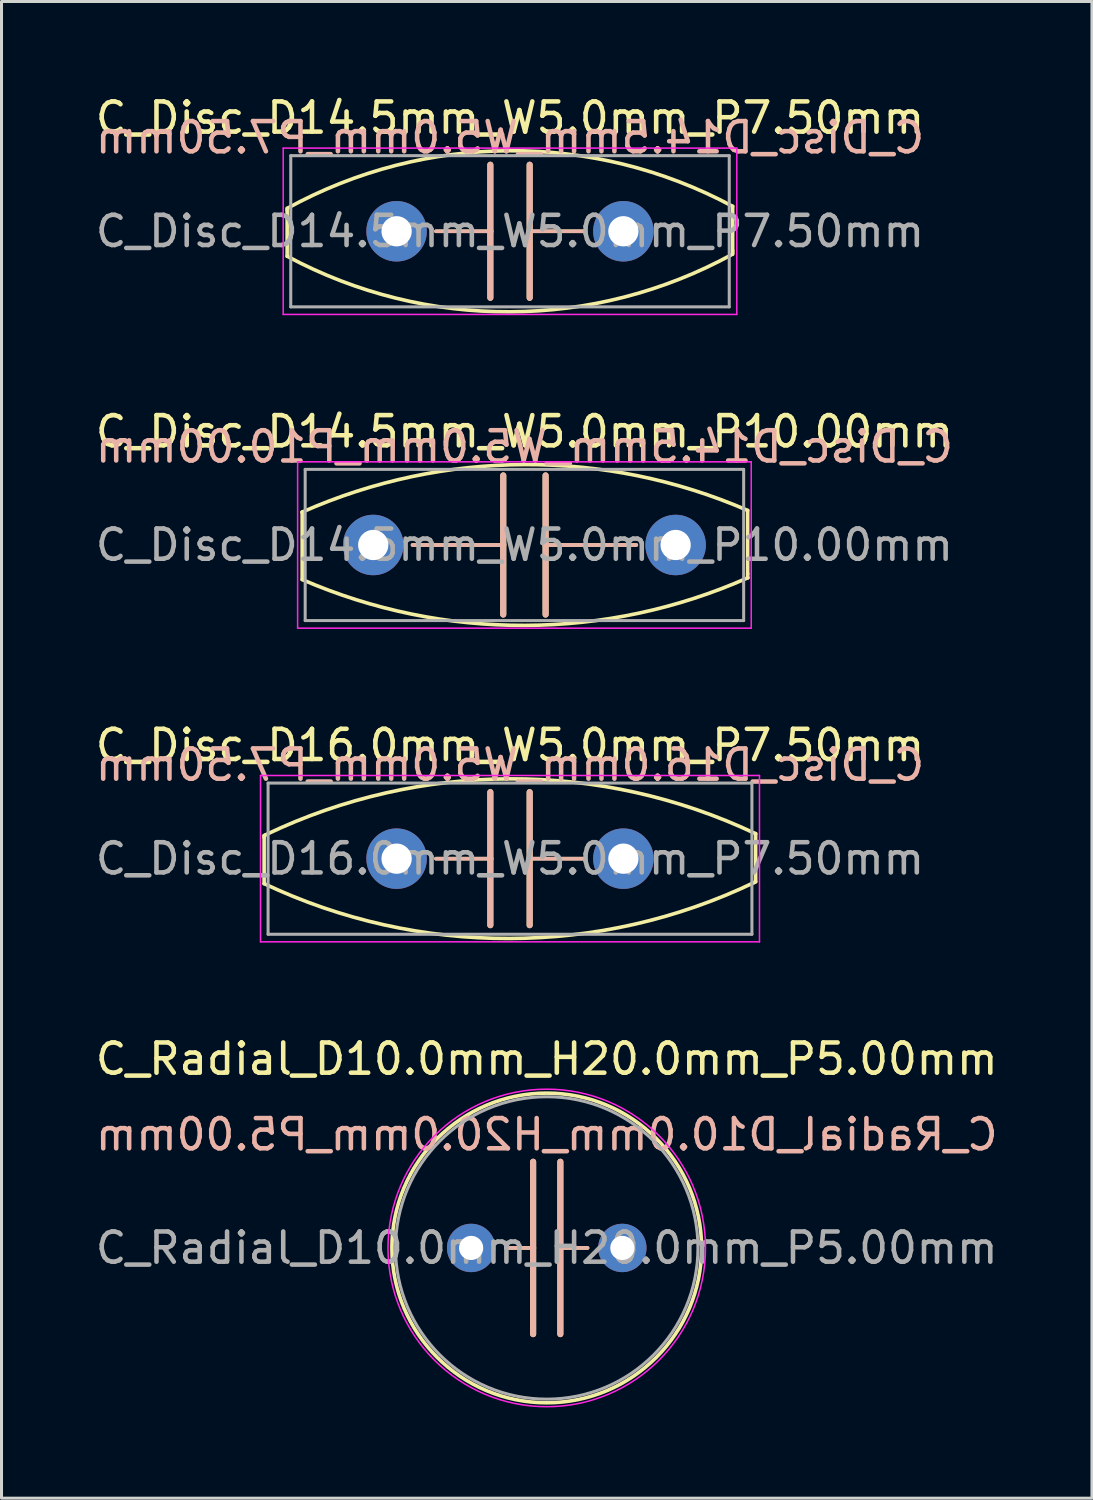
<source format=kicad_pcb>
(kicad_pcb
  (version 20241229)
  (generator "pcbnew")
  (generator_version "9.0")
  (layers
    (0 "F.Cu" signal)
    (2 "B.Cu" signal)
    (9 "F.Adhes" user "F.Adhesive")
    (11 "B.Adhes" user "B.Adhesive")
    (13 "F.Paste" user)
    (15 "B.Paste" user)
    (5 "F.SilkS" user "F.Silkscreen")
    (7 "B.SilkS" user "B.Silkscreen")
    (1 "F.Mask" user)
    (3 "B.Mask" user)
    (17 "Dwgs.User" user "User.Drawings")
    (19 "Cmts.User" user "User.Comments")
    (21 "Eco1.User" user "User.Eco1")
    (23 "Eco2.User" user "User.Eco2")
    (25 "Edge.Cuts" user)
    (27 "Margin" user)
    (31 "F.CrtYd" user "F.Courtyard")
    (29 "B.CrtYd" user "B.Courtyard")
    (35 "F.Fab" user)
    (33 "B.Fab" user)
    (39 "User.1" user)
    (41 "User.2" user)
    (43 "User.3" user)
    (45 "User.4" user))
  (footprint "C_Disc_D16.0mm_W5.0mm_P7.50mm"
    (layer "F.Cu")
    (at 10.065 25.345)
    (property "Reference" "C_Disc_D16.0mm_W5.0mm_P7.50mm" (at 3.75 -3.75 0) (layer "F.SilkS") (effects (font (size 1 1) (thickness 0.15))))
    (fp_line (start -4.381 -0.762) (end -4.331 -0.789) (stroke (width 0.12) (type solid)) (layer "F.SilkS"))
    (fp_line (start -4.381 -0.699) (end -4.381 -0.762) (stroke (width 0.12) (type solid)) (layer "F.SilkS"))
    (fp_line (start -4.381 0.826) (end -4.381 -0.699) (stroke (width 0.12) (type solid)) (layer "F.SilkS"))
    (fp_line (start 1.3 0) (end 3.1 0) (stroke (width 0.12) (type solid)) (layer "F.SilkS"))
    (fp_line (start 3.1 0) (end 3.1 -2.2) (stroke (width 0.2) (type solid)) (layer "F.SilkS"))
    (fp_line (start 3.1 0) (end 3.1 2.2) (stroke (width 0.2) (type solid)) (layer "F.SilkS"))
    (fp_line (start 4.4 0) (end 4.4 -2.2) (stroke (width 0.2) (type solid)) (layer "F.SilkS"))
    (fp_line (start 4.4 0) (end 4.4 2.2) (stroke (width 0.2) (type solid)) (layer "F.SilkS"))
    (fp_line (start 4.4 0) (end 6.2 0) (stroke (width 0.12) (type solid)) (layer "F.SilkS"))
    (fp_line (start 11.874 -0.826) (end 11.874 0.762) (stroke (width 0.12) (type solid)) (layer "F.SilkS"))
    (fp_line (start 11.874 0.762) (end 11.824 0.789) (stroke (width 0.12) (type solid)) (layer "F.SilkS"))
    (fp_arc (start -4.330969 -0.789052) (mid 3.767644 -2.639565) (end 11.8745 -0.8255) (stroke (width 0.12) (type solid)) (layer "F.SilkS"))
    (fp_arc (start 11.823969 0.789052) (mid 3.725356 2.639565) (end -4.3815 0.8255) (stroke (width 0.12) (type solid)) (layer "F.SilkS"))
    (fp_line (start 1.3 0) (end 3.048 0) (stroke (width 0.12) (type solid)) (layer "B.SilkS"))
    (fp_line (start 3.1 0) (end 3.1 -2.2) (stroke (width 0.2) (type solid)) (layer "B.SilkS"))
    (fp_line (start 3.1 0) (end 3.1 2.2) (stroke (width 0.2) (type solid)) (layer "B.SilkS"))
    (fp_line (start 4.4 0) (end 4.4 -2.2) (stroke (width 0.2) (type solid)) (layer "B.SilkS"))
    (fp_line (start 4.4 0) (end 4.4 2.2) (stroke (width 0.2) (type solid)) (layer "B.SilkS"))
    (fp_line (start 4.445 0) (end 6.2 0) (stroke (width 0.12) (type solid)) (layer "B.SilkS"))
    (fp_line (start -4.5 -2.75) (end -4.5 2.75) (stroke (width 0.05) (type solid)) (layer "F.CrtYd"))
    (fp_line (start -4.5 2.75) (end 12 2.75) (stroke (width 0.05) (type solid)) (layer "F.CrtYd"))
    (fp_line (start 12 -2.75) (end -4.5 -2.75) (stroke (width 0.05) (type solid)) (layer "F.CrtYd"))
    (fp_line (start 12 2.75) (end 12 -2.75) (stroke (width 0.05) (type solid)) (layer "F.CrtYd"))
    (fp_line (start -4.25 -2.5) (end -4.25 2.5) (stroke (width 0.1) (type solid)) (layer "F.Fab"))
    (fp_line (start -4.25 2.5) (end 11.75 2.5) (stroke (width 0.1) (type solid)) (layer "F.Fab"))
    (fp_line (start 11.75 -2.5) (end -4.25 -2.5) (stroke (width 0.1) (type solid)) (layer "F.Fab"))
    (fp_line (start 11.75 2.5) (end 11.75 -2.5) (stroke (width 0.1) (type solid)) (layer "F.Fab"))
    (fp_text user "${REFERENCE}" (at 3.75 -3.1 0) (layer "B.SilkS") (effects (font (size 1 1) (thickness 0.15)) (justify mirror)))
    (fp_text user "${REFERENCE}" (at 3.75 0 0) (layer "F.Fab") (effects (font (size 1 1) (thickness 0.15))))
    (pad "1" thru_hole circle (at 0 0) (size 2 2) (drill 1) (layers "*.Cu" "*.Mask"))
    (pad "2" thru_hole circle (at 7.5 0) (size 2 2) (drill 1) (layers "*.Cu" "*.Mask")))
  (footprint "C_Radial_D10.0mm_H20.0mm_P5.00mm"
    (layer "F.Cu")
    (at 12.53 38.218)
    (property "Reference" "C_Radial_D10.0mm_H20.0mm_P5.00mm" (at 2.5 -6.25 0) (layer "F.SilkS") (effects (font (size 1 1) (thickness 0.15))))
    (fp_line (start 1.15 0) (end 2.05 0) (stroke (width 0.12) (type solid)) (layer "F.SilkS"))
    (fp_line (start 2.05 0) (end 2.05 -2.85) (stroke (width 0.2) (type solid)) (layer "F.SilkS"))
    (fp_line (start 2.05 2.85) (end 2.05 0) (stroke (width 0.2) (type solid)) (layer "F.SilkS"))
    (fp_line (start 2.95 0) (end 2.95 -2.85) (stroke (width 0.2) (type solid)) (layer "F.SilkS"))
    (fp_line (start 2.95 0) (end 3.85 0) (stroke (width 0.12) (type solid)) (layer "F.SilkS"))
    (fp_line (start 2.95 2.85) (end 2.95 -0.007) (stroke (width 0.2) (type solid)) (layer "F.SilkS"))
    (fp_circle (center 2.5 0) (end 7.62 0) (stroke (width 0.12) (type solid)) (fill no) (layer "F.SilkS"))
    (fp_line (start 1.15 0) (end 2.05 0) (stroke (width 0.12) (type solid)) (layer "B.SilkS"))
    (fp_line (start 2.05 -2.85) (end 2.05 0) (stroke (width 0.2) (type solid)) (layer "B.SilkS"))
    (fp_line (start 2.05 0) (end 2.05 2.85) (stroke (width 0.2) (type solid)) (layer "B.SilkS"))
    (fp_line (start 2.95 -2.85) (end 2.95 0.007) (stroke (width 0.2) (type solid)) (layer "B.SilkS"))
    (fp_line (start 2.95 0) (end 2.95 2.85) (stroke (width 0.2) (type solid)) (layer "B.SilkS"))
    (fp_line (start 2.95 0) (end 3.85 0) (stroke (width 0.12) (type solid)) (layer "B.SilkS"))
    (fp_circle (center 2.5 0) (end 7.75 0) (stroke (width 0.05) (type solid)) (fill no) (layer "F.CrtYd"))
    (fp_circle (center 2.5 0) (end 7.5 0) (stroke (width 0.1) (type solid)) (fill no) (layer "F.Fab"))
    (fp_text user "${REFERENCE}" (at 2.5 -3.75 0) (layer "B.SilkS") (effects (font (size 1 1) (thickness 0.15)) (justify mirror)))
    (fp_text user "${REFERENCE}" (at 2.5 0 0) (layer "F.Fab") (effects (font (size 1 1) (thickness 0.15))))
    (pad "1" thru_hole circle (at 0 0) (size 1.6 1.6) (drill 0.8) (layers "*.Cu" "*.Mask"))
    (pad "2" thru_hole circle (at 5 0) (size 1.6 1.6) (drill 0.8) (layers "*.Cu" "*.Mask")))
  (footprint "C_Disc_D14.5mm_W5.0mm_P10.00mm"
    (layer "F.Cu")
    (at 9.292 14.972)
    (property "Reference" "C_Disc_D14.5mm_W5.0mm_P10.00mm" (at 5 -3.75 0) (layer "F.SilkS") (effects (font (size 1 1) (thickness 0.15))))
    (fp_line (start -2.349 -1.079) (end -2.352 -1.086) (stroke (width 0.12) (type solid)) (layer "F.SilkS"))
    (fp_line (start -2.349 1.143) (end -2.349 -1.079) (stroke (width 0.12) (type solid)) (layer "F.SilkS"))
    (fp_line (start 1.3 0) (end 4.3 0) (stroke (width 0.12) (type solid)) (layer "F.SilkS"))
    (fp_line (start 4.3 0) (end 4.3 -2.3) (stroke (width 0.2) (type solid)) (layer "F.SilkS"))
    (fp_line (start 4.3 0) (end 4.3 2.3) (stroke (width 0.2) (type solid)) (layer "F.SilkS"))
    (fp_line (start 5.7 0) (end 5.7 -2.3) (stroke (width 0.2) (type solid)) (layer "F.SilkS"))
    (fp_line (start 5.7 0) (end 5.7 2.3) (stroke (width 0.2) (type solid)) (layer "F.SilkS"))
    (fp_line (start 5.7 0) (end 8.7 0) (stroke (width 0.12) (type solid)) (layer "F.SilkS"))
    (fp_line (start 12.383 -1.143) (end 12.383 0.953) (stroke (width 0.12) (type solid)) (layer "F.SilkS"))
    (fp_line (start 12.383 0.953) (end 12.383 1.079) (stroke (width 0.12) (type solid)) (layer "F.SilkS"))
    (fp_line (start 12.383 1.079) (end 12.385 1.086) (stroke (width 0.12) (type solid)) (layer "F.SilkS"))
    (fp_arc (start -2.352395 -1.086032) (mid 5.009081 -2.659061) (end 12.3825 -1.143) (stroke (width 0.12) (type solid)) (layer "F.SilkS"))
    (fp_arc (start 12.385395 1.086032) (mid 5.023919 2.659061) (end -2.3495 1.143) (stroke (width 0.12) (type solid)) (layer "F.SilkS"))
    (fp_line (start 1.3 0) (end 4.3 0) (stroke (width 0.12) (type solid)) (layer "B.SilkS"))
    (fp_line (start 4.3 0) (end 4.3 -2.3) (stroke (width 0.2) (type solid)) (layer "B.SilkS"))
    (fp_line (start 4.3 0) (end 4.3 2.3) (stroke (width 0.2) (type solid)) (layer "B.SilkS"))
    (fp_line (start 5.7 0) (end 5.7 -2.3) (stroke (width 0.2) (type solid)) (layer "B.SilkS"))
    (fp_line (start 5.7 0) (end 5.7 2.3) (stroke (width 0.2) (type solid)) (layer "B.SilkS"))
    (fp_line (start 5.7 0) (end 8.7 0) (stroke (width 0.12) (type solid)) (layer "B.SilkS"))
    (fp_line (start -2.5 -2.75) (end -2.5 2.75) (stroke (width 0.05) (type solid)) (layer "F.CrtYd"))
    (fp_line (start -2.5 2.75) (end 12.5 2.75) (stroke (width 0.05) (type solid)) (layer "F.CrtYd"))
    (fp_line (start 12.5 -2.75) (end -2.5 -2.75) (stroke (width 0.05) (type solid)) (layer "F.CrtYd"))
    (fp_line (start 12.5 2.75) (end 12.5 -2.75) (stroke (width 0.05) (type solid)) (layer "F.CrtYd"))
    (fp_line (start -2.25 -2.5) (end -2.25 2.5) (stroke (width 0.1) (type solid)) (layer "F.Fab"))
    (fp_line (start -2.25 2.5) (end 12.25 2.5) (stroke (width 0.1) (type solid)) (layer "F.Fab"))
    (fp_line (start 12.25 -2.5) (end -2.25 -2.5) (stroke (width 0.1) (type solid)) (layer "F.Fab"))
    (fp_line (start 12.25 2.5) (end 12.25 -2.5) (stroke (width 0.1) (type solid)) (layer "F.Fab"))
    (fp_text user "${REFERENCE}" (at 5 -3.25 0) (layer "B.SilkS") (effects (font (size 1 1) (thickness 0.15)) (justify mirror)))
    (fp_text user "${REFERENCE}" (at 5 0 0) (layer "F.Fab") (effects (font (size 1 1) (thickness 0.15))))
    (pad "1" thru_hole circle (at 0 0) (size 2 2) (drill 1) (layers "*.Cu" "*.Mask"))
    (pad "2" thru_hole circle (at 10 0) (size 2 2) (drill 1) (layers "*.Cu" "*.Mask")))
  (footprint "C_Disc_D14.5mm_W5.0mm_P7.50mm"
    (layer "F.Cu")
    (at 10.065 4.598)
    (property "Reference" "C_Disc_D14.5mm_W5.0mm_P7.50mm" (at 3.75 -3.75 0) (layer "F.SilkS") (effects (font (size 1 1) (thickness 0.15))))
    (fp_line (start -3.619 -0.699) (end -3.617 -0.758) (stroke (width 0.12) (type solid)) (layer "F.SilkS"))
    (fp_line (start -3.619 0.826) (end -3.619 -0.699) (stroke (width 0.12) (type solid)) (layer "F.SilkS"))
    (fp_line (start 1.3 0) (end 3.1 0) (stroke (width 0.12) (type solid)) (layer "F.SilkS"))
    (fp_line (start 3.1 0) (end 3.1 -2.2) (stroke (width 0.2) (type solid)) (layer "F.SilkS"))
    (fp_line (start 3.1 0) (end 3.1 2.2) (stroke (width 0.2) (type solid)) (layer "F.SilkS"))
    (fp_line (start 4.4 0) (end 4.4 -2.2) (stroke (width 0.2) (type solid)) (layer "F.SilkS"))
    (fp_line (start 4.4 0) (end 4.4 2.2) (stroke (width 0.2) (type solid)) (layer "F.SilkS"))
    (fp_line (start 4.4 0) (end 6.2 0) (stroke (width 0.12) (type solid)) (layer "F.SilkS"))
    (fp_line (start 11.113 -0.826) (end 11.113 0.635) (stroke (width 0.12) (type solid)) (layer "F.SilkS"))
    (fp_line (start 11.113 0.635) (end 11.113 0.699) (stroke (width 0.12) (type solid)) (layer "F.SilkS"))
    (fp_line (start 11.113 0.699) (end 11.11 0.758) (stroke (width 0.12) (type solid)) (layer "F.SilkS"))
    (fp_arc (start -3.617172 -0.757762) (mid 3.739057 -2.663177) (end 11.1125 -0.8255) (stroke (width 0.12) (type solid)) (layer "F.SilkS"))
    (fp_arc (start 11.110172 0.757762) (mid 3.753943 2.663177) (end -3.6195 0.8255) (stroke (width 0.12) (type solid)) (layer "F.SilkS"))
    (fp_line (start 1.3 0) (end 3.048 0) (stroke (width 0.12) (type solid)) (layer "B.SilkS"))
    (fp_line (start 3.1 0) (end 3.1 -2.2) (stroke (width 0.2) (type solid)) (layer "B.SilkS"))
    (fp_line (start 3.1 0) (end 3.1 2.2) (stroke (width 0.2) (type solid)) (layer "B.SilkS"))
    (fp_line (start 4.4 0) (end 4.4 -2.2) (stroke (width 0.2) (type solid)) (layer "B.SilkS"))
    (fp_line (start 4.4 0) (end 4.4 2.2) (stroke (width 0.2) (type solid)) (layer "B.SilkS"))
    (fp_line (start 4.445 0) (end 6.2 0) (stroke (width 0.12) (type solid)) (layer "B.SilkS"))
    (fp_line (start -3.75 -2.75) (end -3.75 2.75) (stroke (width 0.05) (type solid)) (layer "F.CrtYd"))
    (fp_line (start -3.75 2.75) (end 11.25 2.75) (stroke (width 0.05) (type solid)) (layer "F.CrtYd"))
    (fp_line (start 11.25 -2.75) (end -3.75 -2.75) (stroke (width 0.05) (type solid)) (layer "F.CrtYd"))
    (fp_line (start 11.25 2.75) (end 11.25 -2.75) (stroke (width 0.05) (type solid)) (layer "F.CrtYd"))
    (fp_line (start -3.5 -2.5) (end -3.5 2.5) (stroke (width 0.1) (type solid)) (layer "F.Fab"))
    (fp_line (start -3.5 2.5) (end 11 2.5) (stroke (width 0.1) (type solid)) (layer "F.Fab"))
    (fp_line (start 11 -2.5) (end -3.5 -2.5) (stroke (width 0.1) (type solid)) (layer "F.Fab"))
    (fp_line (start 11 2.5) (end 11 -2.5) (stroke (width 0.1) (type solid)) (layer "F.Fab"))
    (fp_text user "${REFERENCE}" (at 3.75 -3.1 0) (layer "B.SilkS") (effects (font (size 1 1) (thickness 0.15)) (justify mirror)))
    (fp_text user "${REFERENCE}" (at 3.75 0 0) (layer "F.Fab") (effects (font (size 1 1) (thickness 0.15))))
    (pad "1" thru_hole circle (at 0 0) (size 2 2) (drill 1) (layers "*.Cu" "*.Mask"))
    (pad "2" thru_hole circle (at 7.5 0) (size 2 2) (drill 1) (layers "*.Cu" "*.Mask")))
  (gr_rect
    (start -3 -3)
    (end 33.06 46.493)
    (stroke (width 0.1) (type default))
    (fill no)
    (layer "Edge.Cuts")))
</source>
